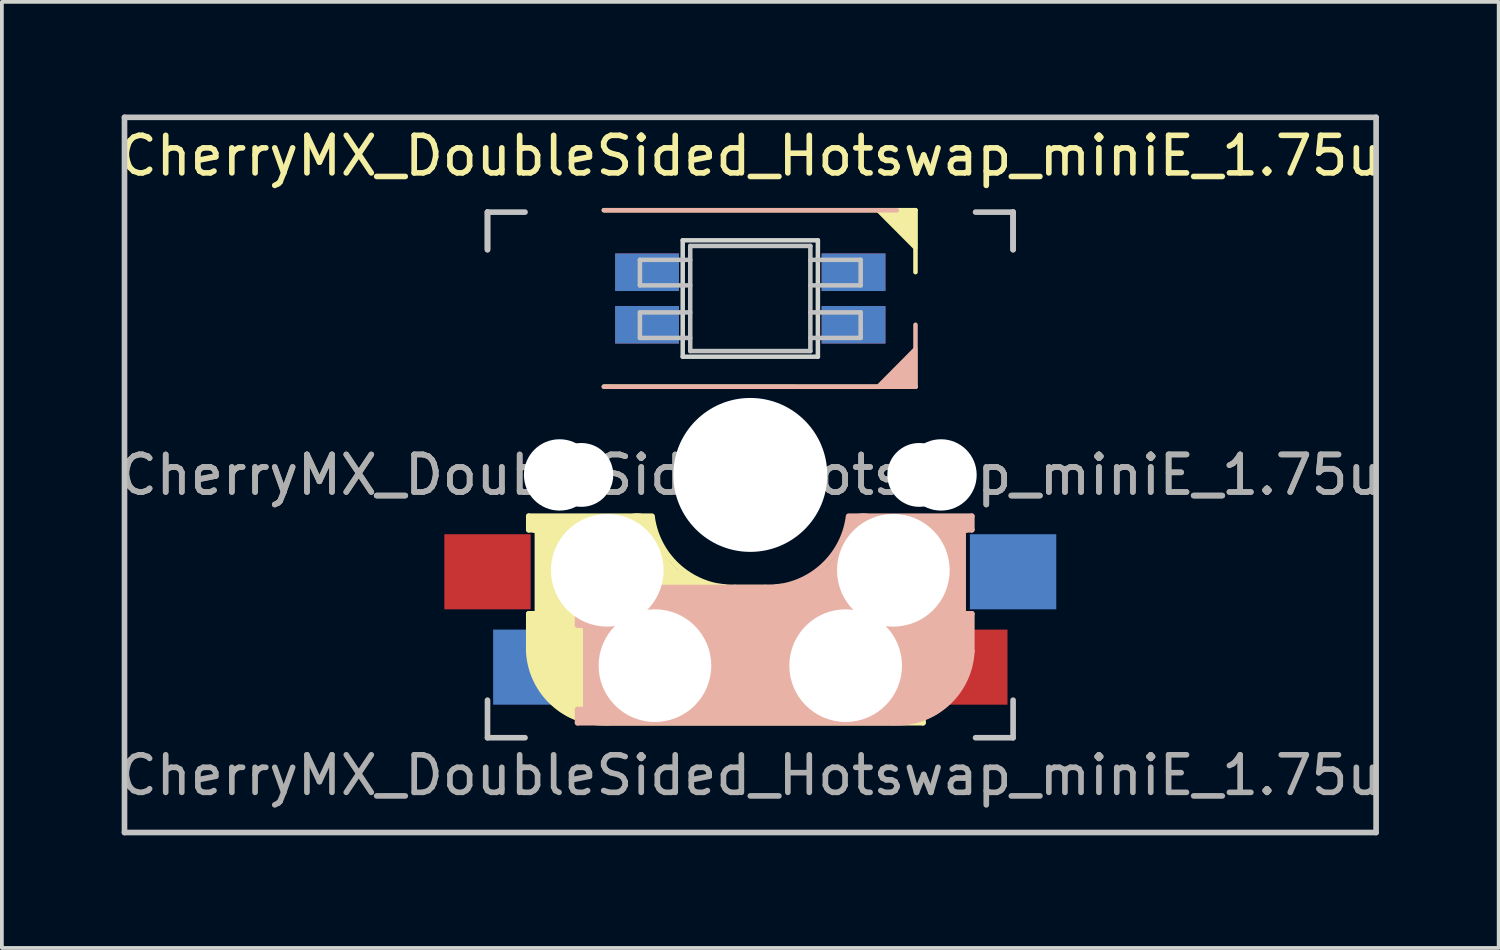
<source format=kicad_pcb>
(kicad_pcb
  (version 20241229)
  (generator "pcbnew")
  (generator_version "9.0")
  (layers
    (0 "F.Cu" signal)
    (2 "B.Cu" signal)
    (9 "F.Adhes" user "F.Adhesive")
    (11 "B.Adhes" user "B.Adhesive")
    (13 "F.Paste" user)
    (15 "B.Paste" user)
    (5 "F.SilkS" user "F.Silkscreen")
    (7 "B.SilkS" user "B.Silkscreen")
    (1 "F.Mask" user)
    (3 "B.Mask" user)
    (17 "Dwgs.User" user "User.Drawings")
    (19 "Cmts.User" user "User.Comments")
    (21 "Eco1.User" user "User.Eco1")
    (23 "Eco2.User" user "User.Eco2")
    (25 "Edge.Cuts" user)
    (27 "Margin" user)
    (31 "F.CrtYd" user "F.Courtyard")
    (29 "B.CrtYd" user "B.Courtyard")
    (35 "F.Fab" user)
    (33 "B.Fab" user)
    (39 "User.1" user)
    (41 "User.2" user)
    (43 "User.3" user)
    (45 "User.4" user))
  (footprint "CherryMX_DoubleSided_Hotswap_miniE_1.75u"
    (layer "F.Cu")
    (at 16.935 9.6)
    (property "Reference" "CherryMX_DoubleSided_Hotswap_miniE_1.75u" (at 0 -8.5 180) (layer "F.SilkS") (effects (font (size 1 1) (thickness 0.15))))
    (attr through_hole)
    (fp_line (start -5.9 1.1) (end -5.9 1.46) (stroke (width 0.15) (type solid)) (layer "F.SilkS"))
    (fp_line (start -5.9 1.1) (end -2.62 1.1) (stroke (width 0.15) (type solid)) (layer "F.SilkS"))
    (fp_line (start -5.9 3.7) (end -5.7 3.7) (stroke (width 0.15) (type solid)) (layer "F.SilkS"))
    (fp_line (start -5.9 4.7) (end -5.9 3.7) (stroke (width 0.15) (type solid)) (layer "F.SilkS"))
    (fp_line (start -5.8 3.8) (end -5.8 4.7) (stroke (width 0.3) (type solid)) (layer "F.SilkS"))
    (fp_line (start -5.7 1.3) (end -3 1.3) (stroke (width 0.5) (type solid)) (layer "F.SilkS"))
    (fp_line (start -5.7 1.46) (end -5.9 1.46) (stroke (width 0.15) (type solid)) (layer "F.SilkS"))
    (fp_line (start -5.67 3.7) (end -5.67 1.46) (stroke (width 0.15) (type solid)) (layer "F.SilkS"))
    (fp_line (start -5.3 1.6) (end -5.3 3.4) (stroke (width 0.8) (type solid)) (layer "F.SilkS"))
    (fp_line (start -4.17 5.1) (end -4.17 2.86) (stroke (width 3) (type solid)) (layer "F.SilkS"))
    (fp_line (start -3.9 -7.052) (end 4.4 -7.052) (stroke (width 0.12) (type solid)) (layer "F.SilkS"))
    (fp_line (start -0.4 3) (end 4.6 3) (stroke (width 0.15) (type solid)) (layer "F.SilkS"))
    (fp_line (start 2.6 4.8) (end -4.1 4.8) (stroke (width 3.5) (type solid)) (layer "F.SilkS"))
    (fp_line (start 3.9 6) (end 3.9 3.5) (stroke (width 1) (type solid)) (layer "F.SilkS"))
    (fp_line (start 4.3 3.3) (end 2.9 3.3) (stroke (width 0.5) (type solid)) (layer "F.SilkS"))
    (fp_line (start 4.38 4) (end 4.38 6.25) (stroke (width 0.15) (type solid)) (layer "F.SilkS"))
    (fp_line (start 4.4 -7.052) (end 4.4 -5.401) (stroke (width 0.12) (type solid)) (layer "F.SilkS"))
    (fp_line (start 4.4 -2.349) (end -3.9 -2.352) (stroke (width 0.12) (type solid)) (layer "F.SilkS"))
    (fp_line (start 4.4 3.9) (end 4.4 3.2) (stroke (width 0.4) (type solid)) (layer "F.SilkS"))
    (fp_line (start 4.4 6.25) (end 4.6 6.25) (stroke (width 0.15) (type solid)) (layer "F.SilkS"))
    (fp_line (start 4.4 6.4) (end 3 6.4) (stroke (width 0.4) (type solid)) (layer "F.SilkS"))
    (fp_line (start 4.6 3) (end 4.6 4) (stroke (width 0.15) (type solid)) (layer "F.SilkS"))
    (fp_line (start 4.6 4) (end 4.4 4) (stroke (width 0.15) (type solid)) (layer "F.SilkS"))
    (fp_line (start 4.6 6.25) (end 4.6 6.6) (stroke (width 0.15) (type solid)) (layer "F.SilkS"))
    (fp_line (start 4.6 6.6) (end -3.8 6.6) (stroke (width 0.15) (type solid)) (layer "F.SilkS"))
    (fp_arc (start -3.8 6.600001) (mid -5.243504 6.084925) (end -5.900001 4.7) (stroke (width 0.15) (type solid)) (layer "F.SilkS"))
    (fp_arc (start -0.8 3.4) (mid -2.268709 2.886118) (end -3.016318 1.521471) (stroke (width 1) (type solid)) (layer "F.SilkS"))
    (fp_arc (start -0.4 3) (mid -1.868709 2.486118) (end -2.616318 1.121471) (stroke (width 0.15) (type solid)) (layer "F.SilkS"))
    (fp_poly (pts (xy 3.392 -7.049) (xy 4.4 -7.052) (xy 4.4 -6.036)) (stroke (width 0.1) (type solid)) (fill yes) (layer "F.SilkS"))
    (fp_line (start -4.6 3) (end -4.6 4) (stroke (width 0.15) (type solid)) (layer "B.SilkS"))
    (fp_line (start -4.6 4) (end -4.4 4) (stroke (width 0.15) (type solid)) (layer "B.SilkS"))
    (fp_line (start -4.6 6.25) (end -4.6 6.6) (stroke (width 0.15) (type solid)) (layer "B.SilkS"))
    (fp_line (start -4.6 6.6) (end 3.8 6.6) (stroke (width 0.15) (type solid)) (layer "B.SilkS"))
    (fp_line (start -4.4 3.9) (end -4.4 3.2) (stroke (width 0.4) (type solid)) (layer "B.SilkS"))
    (fp_line (start -4.4 6.25) (end -4.6 6.25) (stroke (width 0.15) (type solid)) (layer "B.SilkS"))
    (fp_line (start -4.4 6.4) (end -3 6.4) (stroke (width 0.4) (type solid)) (layer "B.SilkS"))
    (fp_line (start -4.38 4) (end -4.38 6.25) (stroke (width 0.15) (type solid)) (layer "B.SilkS"))
    (fp_line (start -4.3 3.3) (end -2.9 3.3) (stroke (width 0.5) (type solid)) (layer "B.SilkS"))
    (fp_line (start -3.9 -2.349) (end 4.4 -2.349) (stroke (width 0.12) (type solid)) (layer "B.SilkS"))
    (fp_line (start -3.9 6) (end -3.9 3.5) (stroke (width 1) (type solid)) (layer "B.SilkS"))
    (fp_line (start -2.6 4.8) (end 4.1 4.8) (stroke (width 3.5) (type solid)) (layer "B.SilkS"))
    (fp_line (start 0.4 3) (end -4.6 3) (stroke (width 0.15) (type solid)) (layer "B.SilkS"))
    (fp_line (start 3.9 -7.049) (end -3.9 -7.049) (stroke (width 0.12) (type solid)) (layer "B.SilkS"))
    (fp_line (start 4.17 5.1) (end 4.17 2.86) (stroke (width 3) (type solid)) (layer "B.SilkS"))
    (fp_line (start 4.4 -2.349) (end 4.4 -4) (stroke (width 0.12) (type solid)) (layer "B.SilkS"))
    (fp_line (start 5.3 1.6) (end 5.3 3.4) (stroke (width 0.8) (type solid)) (layer "B.SilkS"))
    (fp_line (start 5.67 3.7) (end 5.67 1.46) (stroke (width 0.15) (type solid)) (layer "B.SilkS"))
    (fp_line (start 5.7 1.3) (end 3 1.3) (stroke (width 0.5) (type solid)) (layer "B.SilkS"))
    (fp_line (start 5.7 1.46) (end 5.9 1.46) (stroke (width 0.15) (type solid)) (layer "B.SilkS"))
    (fp_line (start 5.8 3.8) (end 5.8 4.7) (stroke (width 0.3) (type solid)) (layer "B.SilkS"))
    (fp_line (start 5.9 1.1) (end 2.62 1.1) (stroke (width 0.15) (type solid)) (layer "B.SilkS"))
    (fp_line (start 5.9 1.1) (end 5.9 1.46) (stroke (width 0.15) (type solid)) (layer "B.SilkS"))
    (fp_line (start 5.9 3.7) (end 5.7 3.7) (stroke (width 0.15) (type solid)) (layer "B.SilkS"))
    (fp_line (start 5.9 4.7) (end 5.9 3.7) (stroke (width 0.15) (type solid)) (layer "B.SilkS"))
    (fp_arc (start 2.616318 1.121471) (mid 1.868709 2.486118) (end 0.4 3) (stroke (width 0.15) (type solid)) (layer "B.SilkS"))
    (fp_arc (start 3.016318 1.521471) (mid 2.268709 2.886118) (end 0.8 3.4) (stroke (width 1) (type solid)) (layer "B.SilkS"))
    (fp_arc (start 5.9 4.699999) (mid 5.243504 6.084924) (end 3.800001 6.6) (stroke (width 0.15) (type solid)) (layer "B.SilkS"))
    (fp_poly (pts (xy 4.4 -3.365) (xy 4.4 -2.349) (xy 3.392 -2.349)) (stroke (width 0.1) (type solid)) (fill yes) (layer "B.SilkS"))
    (fp_line (start -16.669 -9.525) (end 16.669 -9.525) (stroke (width 0.15) (type solid)) (layer "Dwgs.User"))
    (fp_line (start -16.669 9.525) (end -16.669 -9.525) (stroke (width 0.15) (type solid)) (layer "Dwgs.User"))
    (fp_line (start -7 -7) (end -7 -6) (stroke (width 0.15) (type solid)) (layer "Dwgs.User"))
    (fp_line (start -7 -7) (end -6 -7) (stroke (width 0.15) (type solid)) (layer "Dwgs.User"))
    (fp_line (start -7 -6) (end -7 -7) (stroke (width 0.15) (type solid)) (layer "Dwgs.User"))
    (fp_line (start -7 7) (end -7 6) (stroke (width 0.15) (type solid)) (layer "Dwgs.User"))
    (fp_line (start -7 7) (end -6 7) (stroke (width 0.15) (type solid)) (layer "Dwgs.User"))
    (fp_line (start -2.94 -5.729) (end -2.94 -5.049) (stroke (width 0.12) (type solid)) (layer "Dwgs.User"))
    (fp_line (start -2.94 -5.049) (end -1.6 -5.049) (stroke (width 0.12) (type solid)) (layer "Dwgs.User"))
    (fp_line (start -2.94 -4.329) (end -2.94 -3.649) (stroke (width 0.12) (type solid)) (layer "Dwgs.User"))
    (fp_line (start -2.94 -3.649) (end -1.6 -3.649) (stroke (width 0.12) (type solid)) (layer "Dwgs.User"))
    (fp_line (start -1.6 -5.729) (end -2.94 -5.729) (stroke (width 0.12) (type solid)) (layer "Dwgs.User"))
    (fp_line (start -1.6 -4.329) (end -2.94 -4.329) (stroke (width 0.12) (type solid)) (layer "Dwgs.User"))
    (fp_line (start -1.6 -3.299) (end -1.6 -6.099) (stroke (width 0.12) (type solid)) (layer "Dwgs.User"))
    (fp_line (start 1.6 -6.099) (end -1.6 -6.099) (stroke (width 0.12) (type solid)) (layer "Dwgs.User"))
    (fp_line (start 1.6 -5.049) (end 2.94 -5.049) (stroke (width 0.12) (type solid)) (layer "Dwgs.User"))
    (fp_line (start 1.6 -3.649) (end 2.94 -3.649) (stroke (width 0.12) (type solid)) (layer "Dwgs.User"))
    (fp_line (start 1.6 -3.299) (end -1.6 -3.299) (stroke (width 0.12) (type solid)) (layer "Dwgs.User"))
    (fp_line (start 1.6 -3.299) (end 1.6 -6.099) (stroke (width 0.12) (type solid)) (layer "Dwgs.User"))
    (fp_line (start 2.94 -5.729) (end 1.6 -5.729) (stroke (width 0.12) (type solid)) (layer "Dwgs.User"))
    (fp_line (start 2.94 -5.049) (end 2.94 -5.729) (stroke (width 0.12) (type solid)) (layer "Dwgs.User"))
    (fp_line (start 2.94 -4.329) (end 1.6 -4.329) (stroke (width 0.12) (type solid)) (layer "Dwgs.User"))
    (fp_line (start 2.94 -3.649) (end 2.94 -4.329) (stroke (width 0.12) (type solid)) (layer "Dwgs.User"))
    (fp_line (start 7 -7) (end 6 -7) (stroke (width 0.15) (type solid)) (layer "Dwgs.User"))
    (fp_line (start 7 -6) (end 7 -7) (stroke (width 0.15) (type solid)) (layer "Dwgs.User"))
    (fp_line (start 7 -6) (end 7 -7) (stroke (width 0.15) (type solid)) (layer "Dwgs.User"))
    (fp_line (start 7 6) (end 7 7) (stroke (width 0.15) (type solid)) (layer "Dwgs.User"))
    (fp_line (start 7 7) (end 6 7) (stroke (width 0.15) (type solid)) (layer "Dwgs.User"))
    (fp_line (start 16.669 -9.525) (end 16.669 9.525) (stroke (width 0.15) (type solid)) (layer "Dwgs.User"))
    (fp_line (start 16.669 9.525) (end -16.669 9.525) (stroke (width 0.15) (type solid)) (layer "Dwgs.User"))
    (fp_line (start -1.8 -6.249) (end -1.8 -3.149) (stroke (width 0.12) (type solid)) (layer "Edge.Cuts"))
    (fp_line (start -1.8 -3.149) (end 1.8 -3.149) (stroke (width 0.12) (type solid)) (layer "Edge.Cuts"))
    (fp_line (start 1.8 -6.249) (end -1.8 -6.249) (stroke (width 0.12) (type solid)) (layer "Edge.Cuts"))
    (fp_line (start 1.8 -3.149) (end 1.8 -6.249) (stroke (width 0.12) (type solid)) (layer "Edge.Cuts"))
    (fp_text user "${REFERENCE}" (at 0 0 180) (layer "F.Fab") (effects (font (size 1 1) (thickness 0.15))))
    (fp_text user "${REFERENCE}" (at 0 8 180) (layer "F.Fab") (effects (font (size 1 1) (thickness 0.15))))
    (fp_text user "${REFERENCE}" (at 0 0 180) (layer "F.Fab") (effects (font (size 1 1) (thickness 0.15))))
    (pad "" np_thru_hole circle (at -5.08 0 180) (size 1.9 1.9) (drill 1.9) (layers "*.Cu" "*.Mask"))
    (pad "" np_thru_hole circle (at -4.5 0 180) (size 1.7 1.7) (drill 1.7) (layers "*.Cu" "*.Mask"))
    (pad "" np_thru_hole circle (at -3.81 2.54) (size 3 3) (drill 3) (layers "*.Cu" "*.Mask"))
    (pad "" np_thru_hole circle (at -2.54 5.08) (size 3 3) (drill 3) (layers "*.Cu" "*.Mask"))
    (pad "" np_thru_hole circle (at 0 0 270) (size 4.1 4.1) (drill 4.1) (layers "*.Cu" "*.Mask"))
    (pad "" np_thru_hole circle (at 2.54 5.08) (size 3 3) (drill 3) (layers "*.Cu" "*.Mask"))
    (pad "" np_thru_hole circle (at 3.81 2.54) (size 3 3) (drill 3) (layers "*.Cu" "*.Mask"))
    (pad "" np_thru_hole circle (at 4.5 0 180) (size 1.7 1.7) (drill 1.7) (layers "*.Cu" "*.Mask"))
    (pad "" np_thru_hole circle (at 5.08 0 180) (size 1.9 1.9) (drill 1.9) (layers "*.Cu" "*.Mask"))
    (pad "1" smd rect (at -2.75 -5.399 180) (size 1.7 1) (layers "B.Cu" "B.Mask" "B.Paste"))
    (pad "1" smd rect (at -2.75 -3.999 180) (size 1.7 1) (layers "F.Cu" "F.Mask" "F.Paste"))
    (pad "2" smd rect (at -2.75 -5.399 180) (size 1.7 1) (layers "F.Cu" "F.Mask" "F.Paste"))
    (pad "2" smd rect (at -2.75 -3.999 180) (size 1.7 1) (layers "B.Cu" "B.Mask" "B.Paste"))
    (pad "3" smd rect (at 2.75 -5.399 180) (size 1.7 1) (layers "F.Cu" "F.Mask" "F.Paste"))
    (pad "3" smd rect (at 2.75 -3.999 180) (size 1.7 1) (layers "B.Cu" "B.Mask" "B.Paste"))
    (pad "4" smd rect (at 2.75 -5.399 180) (size 1.7 1) (layers "B.Cu" "B.Mask" "B.Paste"))
    (pad "4" smd rect (at 2.75 -3.999 180) (size 1.7 1) (layers "F.Cu" "F.Mask" "F.Paste"))
    (pad "5" smd rect (at -5.7 5.12) (size 2.3 2) (layers "B.Cu" "B.Mask" "B.Paste"))
    (pad "5" smd rect (at 5.7 5.12) (size 2.3 2) (layers "F.Cu" "F.Mask" "F.Paste"))
    (pad "6" smd rect (at -7 2.58) (size 2.3 2) (layers "F.Cu" "F.Mask" "F.Paste"))
    (pad "6" smd rect (at 7 2.58) (size 2.3 2) (layers "B.Cu" "B.Mask" "B.Paste")))
  (gr_rect
    (start -3 -3)
    (end 36.869 22.2)
    (stroke (width 0.1) (type default))
    (fill no)
    (layer "Edge.Cuts")))
</source>
